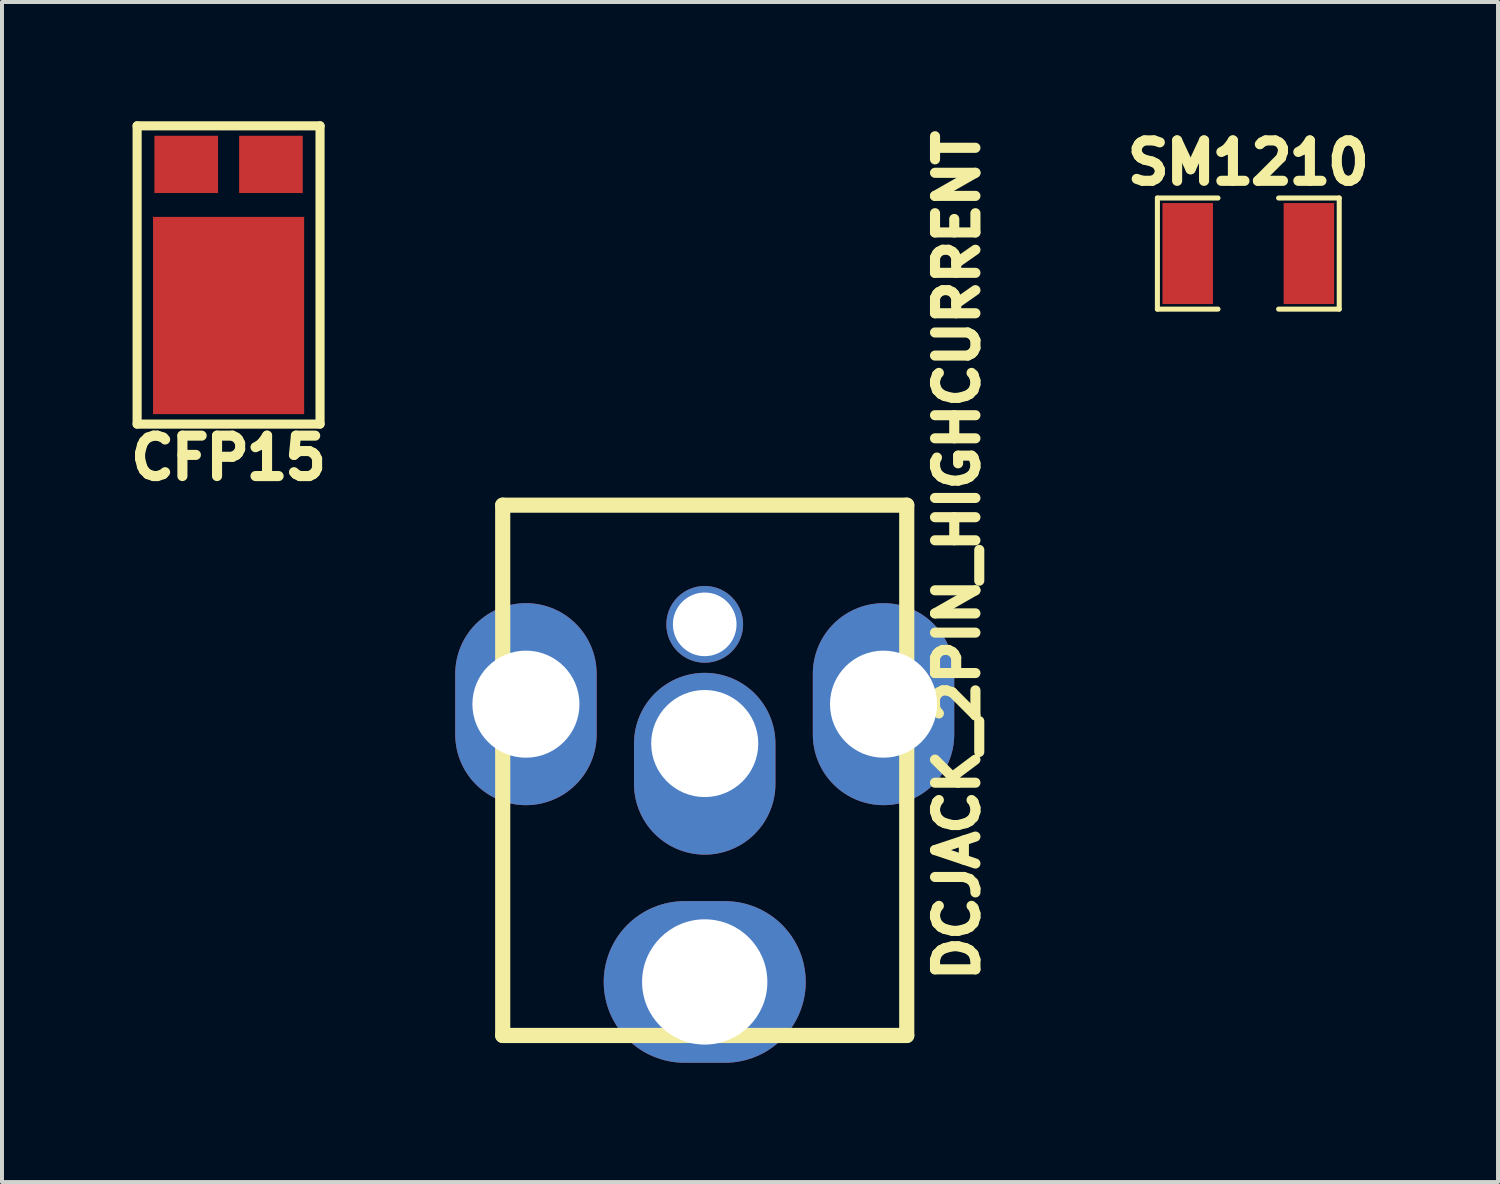
<source format=kicad_pcb>
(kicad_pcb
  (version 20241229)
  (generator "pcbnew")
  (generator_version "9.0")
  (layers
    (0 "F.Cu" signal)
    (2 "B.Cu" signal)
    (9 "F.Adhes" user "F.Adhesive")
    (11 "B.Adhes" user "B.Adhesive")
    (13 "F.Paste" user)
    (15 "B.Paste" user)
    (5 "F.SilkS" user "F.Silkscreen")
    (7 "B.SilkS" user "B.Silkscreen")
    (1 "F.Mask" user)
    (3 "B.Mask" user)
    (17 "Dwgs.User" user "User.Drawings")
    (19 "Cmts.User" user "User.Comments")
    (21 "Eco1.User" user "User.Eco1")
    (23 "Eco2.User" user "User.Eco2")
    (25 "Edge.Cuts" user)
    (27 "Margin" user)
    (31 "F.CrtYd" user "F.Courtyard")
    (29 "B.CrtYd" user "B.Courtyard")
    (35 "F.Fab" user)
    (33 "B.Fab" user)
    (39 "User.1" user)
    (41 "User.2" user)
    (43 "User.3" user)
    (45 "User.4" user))
  (footprint "DCJACK_2PIN_HIGHCURRENT"
    (layer "F.Cu")
    (at 14.671 9.653)
    (property "Reference" "DCJACK_2PIN_HIGHCURRENT" (at 6.35 1.27 90) (layer "F.SilkS") (effects (font (size 1.016 1.016) (thickness 0.254))))
    (attr through_hole)
    (fp_line (start -5.08 0) (end 5.08 0) (stroke (width 0.381) (type solid)) (layer "F.SilkS"))
    (fp_line (start -5.08 13.335) (end -5.08 0) (stroke (width 0.381) (type solid)) (layer "F.SilkS"))
    (fp_line (start -5.08 13.335) (end 5.08 13.335) (stroke (width 0.381) (type solid)) (layer "F.SilkS"))
    (fp_line (start 5.08 13.335) (end 5.08 0) (stroke (width 0.381) (type solid)) (layer "F.SilkS"))
    (pad "" thru_hole oval (at -4.496 5.004) (size 3.556 5.08) (drill 2.692) (layers "*.Cu" "*.Mask"))
    (pad "" thru_hole circle (at 0 2.997) (size 1.93 1.93) (drill 1.6) (layers "*.Cu" "*.Mask"))
    (pad "" thru_hole oval (at 4.496 5.004) (size 3.556 5.08) (drill 2.692) (layers "*.Cu" "*.Mask"))
    (pad "1" thru_hole oval (at 0 11.989) (size 5.08 4.064) (drill 3.15) (layers "*.Cu" "*.Mask"))
    (pad "2" thru_hole oval (at 0 5.994) (size 3.556 4.572) (drill 2.692 (offset 0 0.508)) (layers "*.Cu" "*.Mask")))
  (footprint "SM1210"
    (layer "F.Cu")
    (at 28.34 3.326)
    (property "Reference" "SM1210" (at 0 -2.286 0) (layer "F.SilkS") (effects (font (size 1.016 1.016) (thickness 0.254))))
    (attr smd)
    (fp_line (start -2.286 -1.397) (end -2.286 1.397) (stroke (width 0.127) (type solid)) (layer "F.SilkS"))
    (fp_line (start -2.286 1.397) (end -0.762 1.397) (stroke (width 0.127) (type solid)) (layer "F.SilkS"))
    (fp_line (start -0.762 -1.397) (end -2.286 -1.397) (stroke (width 0.127) (type solid)) (layer "F.SilkS"))
    (fp_line (start 0.762 1.397) (end 2.286 1.397) (stroke (width 0.127) (type solid)) (layer "F.SilkS"))
    (fp_line (start 2.286 -1.397) (end 0.762 -1.397) (stroke (width 0.127) (type solid)) (layer "F.SilkS"))
    (fp_line (start 2.286 1.397) (end 2.286 -1.397) (stroke (width 0.127) (type solid)) (layer "F.SilkS"))
    (pad "1" smd rect (at -1.524 0) (size 1.27 2.54) (layers "F.Cu" "F.Mask" "F.Paste"))
    (pad "2" smd rect (at 1.524 0) (size 1.27 2.54) (layers "F.Cu" "F.Mask" "F.Paste")))
  (footprint "CFP15"
    (layer "F.Cu")
    (at 2.698 3.864)
    (property "Reference" "CFP15" (at 0 4.6 0) (layer "F.SilkS") (effects (font (size 1.016 1.016) (thickness 0.254))))
    (attr through_hole)
    (fp_line (start -2.3 -3.75) (end 2.3 -3.75) (stroke (width 0.229) (type solid)) (layer "F.SilkS"))
    (fp_line (start -2.3 3.75) (end -2.3 -3.75) (stroke (width 0.229) (type solid)) (layer "F.SilkS"))
    (fp_line (start 2.3 -3.75) (end 2.3 3.75) (stroke (width 0.229) (type solid)) (layer "F.SilkS"))
    (fp_line (start 2.3 3.75) (end -2.3 3.75) (stroke (width 0.229) (type solid)) (layer "F.SilkS"))
    (pad "1" smd rect (at 0 1.02) (size 3.8 4.96) (layers "F.Cu" "F.Mask" "F.Paste"))
    (pad "2" smd rect (at -1.065 -2.78) (size 1.6 1.44) (layers "F.Cu" "F.Mask" "F.Paste"))
    (pad "2" smd rect (at 1.065 -2.78) (size 1.6 1.44) (layers "F.Cu" "F.Mask" "F.Paste")))
  (gr_rect
    (start -3 -3)
    (end 34.619 26.674)
    (stroke (width 0.1) (type default))
    (fill no)
    (layer "Edge.Cuts")))
</source>
